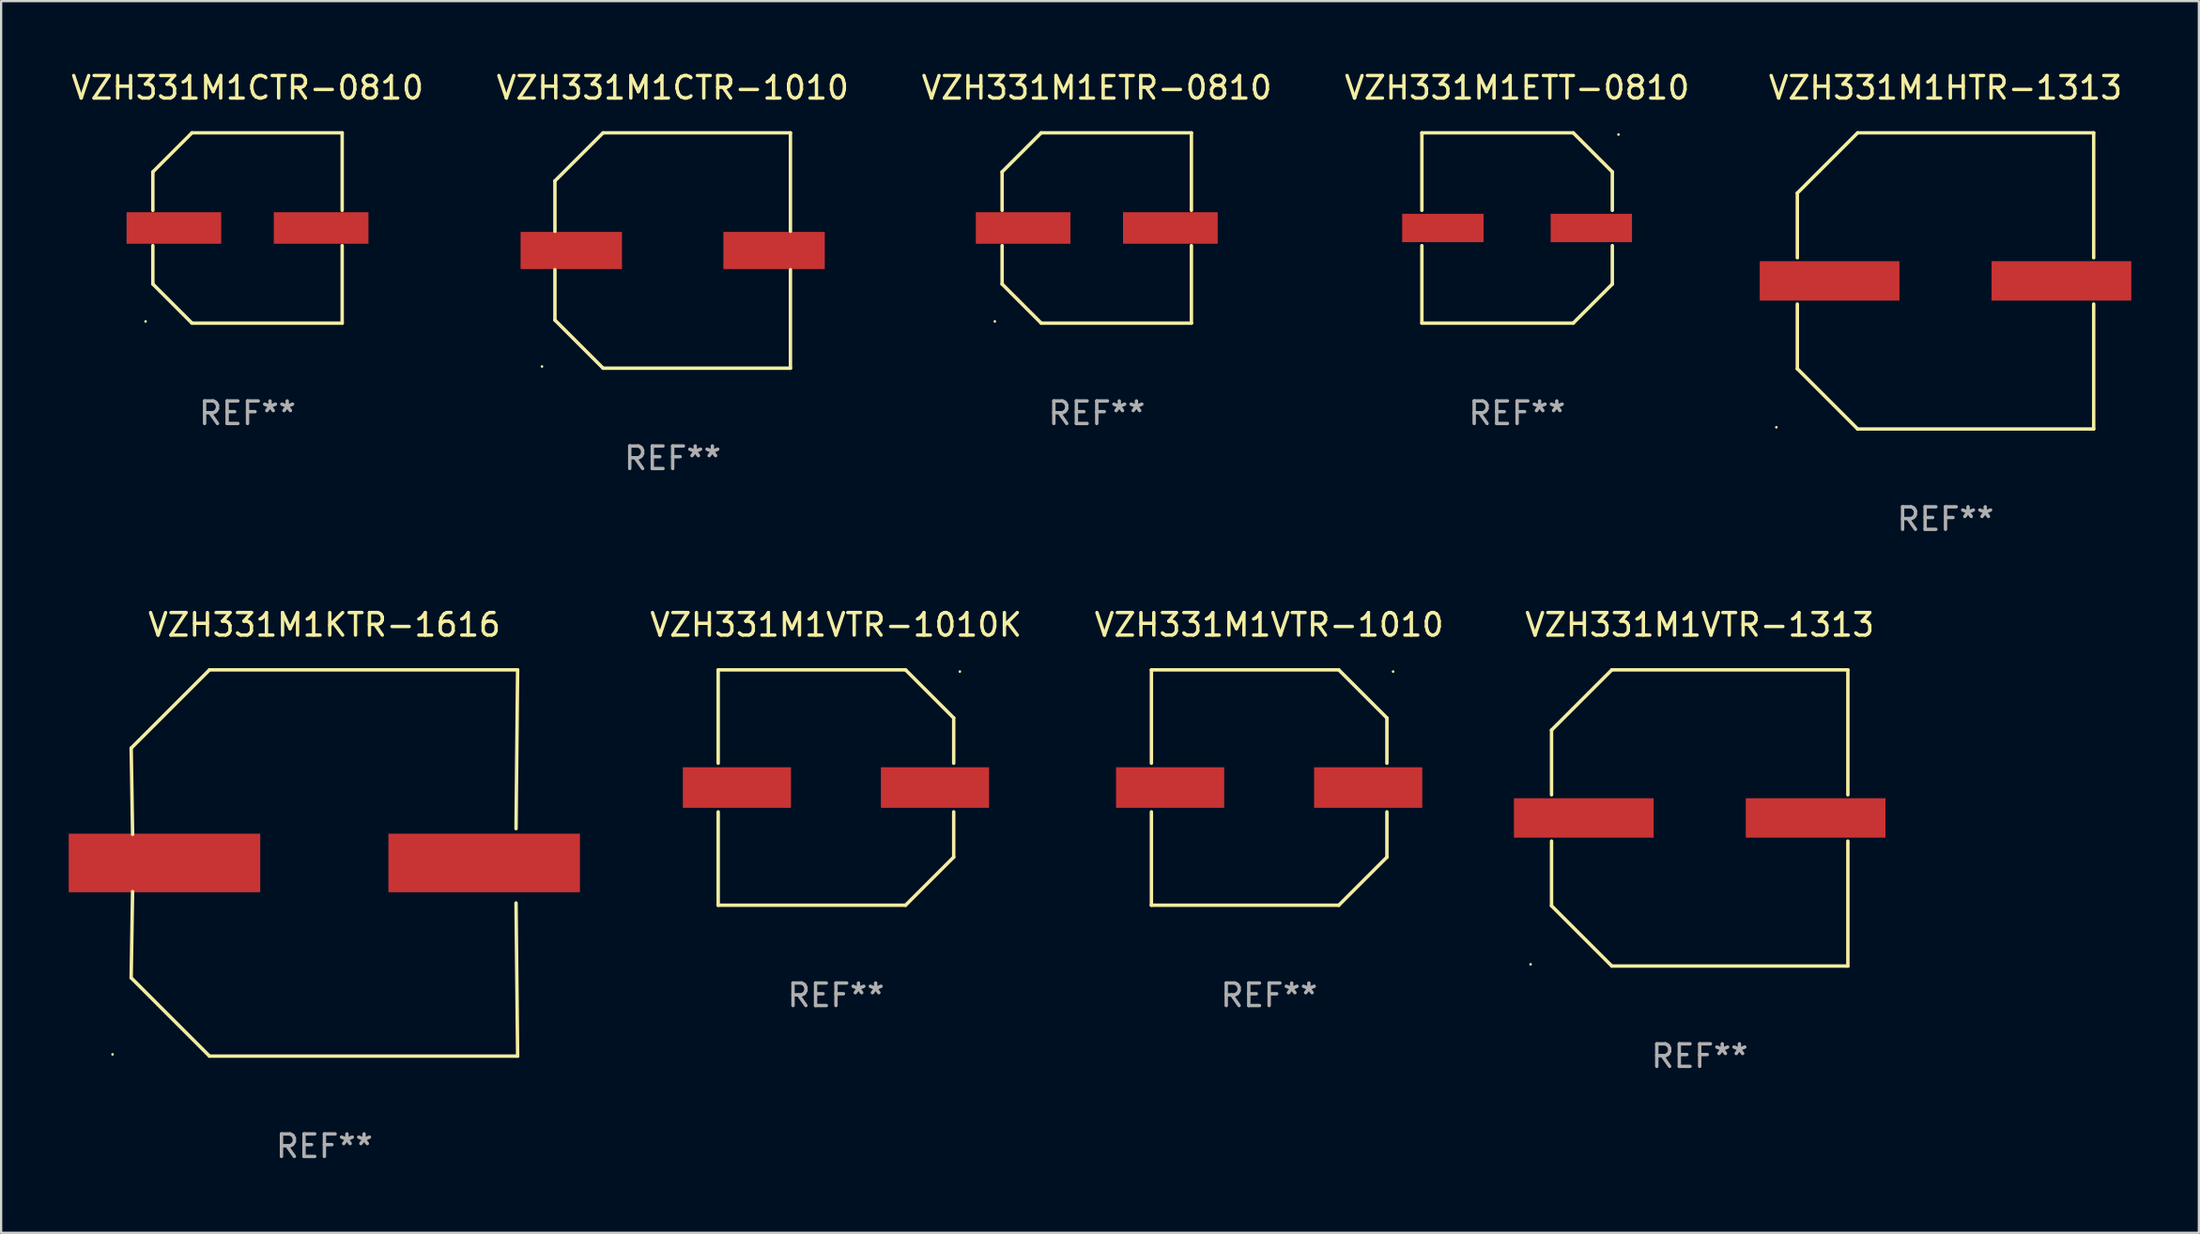
<source format=kicad_pcb>
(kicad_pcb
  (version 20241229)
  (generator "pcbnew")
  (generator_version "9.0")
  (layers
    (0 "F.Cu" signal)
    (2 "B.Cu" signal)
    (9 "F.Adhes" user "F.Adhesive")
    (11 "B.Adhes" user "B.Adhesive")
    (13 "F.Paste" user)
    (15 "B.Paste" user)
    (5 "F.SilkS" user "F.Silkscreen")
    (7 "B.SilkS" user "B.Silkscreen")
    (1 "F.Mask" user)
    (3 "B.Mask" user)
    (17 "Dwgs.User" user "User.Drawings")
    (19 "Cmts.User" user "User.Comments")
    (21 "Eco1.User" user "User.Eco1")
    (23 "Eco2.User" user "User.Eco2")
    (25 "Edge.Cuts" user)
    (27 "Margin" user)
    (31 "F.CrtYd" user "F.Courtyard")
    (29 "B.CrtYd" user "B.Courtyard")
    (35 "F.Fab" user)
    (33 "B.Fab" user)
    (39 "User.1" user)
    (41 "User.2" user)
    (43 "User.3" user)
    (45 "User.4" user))
  (footprint "VZH331M1CTR-1010"
    (layer "F.Cu")
    (at 26.804 8.074)
    (property "Reference" "VZH331M1CTR-1010" (at 0 -7.226 0) (layer "F.SilkS") (effects (font (size 1 1) (thickness 0.15))))
    (attr through_hole)
    (fp_line (start -5.226 -3.09) (end -5.226 -0.852) (stroke (width 0.152) (type solid)) (layer "F.SilkS"))
    (fp_line (start -5.226 3.09) (end -5.226 0.852) (stroke (width 0.152) (type solid)) (layer "F.SilkS"))
    (fp_line (start -3.09 -5.226) (end -5.226 -3.09) (stroke (width 0.152) (type solid)) (layer "F.SilkS"))
    (fp_line (start -3.09 5.226) (end -5.226 3.09) (stroke (width 0.152) (type solid)) (layer "F.SilkS"))
    (fp_line (start 5.226 -5.226) (end -3.09 -5.226) (stroke (width 0.152) (type solid)) (layer "F.SilkS"))
    (fp_line (start 5.226 -0.852) (end 5.226 -5.226) (stroke (width 0.152) (type solid)) (layer "F.SilkS"))
    (fp_line (start 5.226 0.852) (end 5.226 5.226) (stroke (width 0.152) (type solid)) (layer "F.SilkS"))
    (fp_line (start 5.226 5.226) (end -3.09 5.226) (stroke (width 0.152) (type solid)) (layer "F.SilkS"))
    (fp_circle (center -5.8 5.15) (end -5.77 5.15) (stroke (width 0.06) (type solid)) (fill no) (layer "F.SilkS"))
    (fp_text user "REF**" (at 0 9.226 0) (layer "F.Fab") (effects (font (size 1 1) (thickness 0.15))))
    (pad "1" smd rect (at -4.5 0) (size 4.5 1.65) (layers "F.Cu" "F.Mask" "F.Paste"))
    (pad "2" smd rect (at 4.5 0) (size 4.5 1.65) (layers "F.Cu" "F.Mask" "F.Paste")))
  (footprint "VZH331M1ETR-0810"
    (layer "F.Cu")
    (at 45.625 7.074)
    (property "Reference" "VZH331M1ETR-0810" (at 0 -6.226 0) (layer "F.SilkS") (effects (font (size 1 1) (thickness 0.15))))
    (attr through_hole)
    (fp_line (start -4.201 -2.49) (end -4.201 -0.782) (stroke (width 0.152) (type solid)) (layer "F.SilkS"))
    (fp_line (start -4.201 2.49) (end -4.201 0.782) (stroke (width 0.152) (type solid)) (layer "F.SilkS"))
    (fp_line (start -2.465 -4.226) (end -4.201 -2.49) (stroke (width 0.152) (type solid)) (layer "F.SilkS"))
    (fp_line (start -2.465 4.226) (end -4.201 2.49) (stroke (width 0.152) (type solid)) (layer "F.SilkS"))
    (fp_line (start 4.201 -4.226) (end -2.465 -4.226) (stroke (width 0.152) (type solid)) (layer "F.SilkS"))
    (fp_line (start 4.201 -0.782) (end 4.201 -4.226) (stroke (width 0.152) (type solid)) (layer "F.SilkS"))
    (fp_line (start 4.201 0.782) (end 4.201 4.226) (stroke (width 0.152) (type solid)) (layer "F.SilkS"))
    (fp_line (start 4.201 4.226) (end -2.465 4.226) (stroke (width 0.152) (type solid)) (layer "F.SilkS"))
    (fp_circle (center -4.524 4.15) (end -4.494 4.15) (stroke (width 0.06) (type solid)) (fill no) (layer "F.SilkS"))
    (fp_text user "REF**" (at 0 8.226 0) (layer "F.Fab") (effects (font (size 1 1) (thickness 0.15))))
    (pad "1" smd rect (at -3.267 0) (size 4.2 1.4) (layers "F.Cu" "F.Mask" "F.Paste"))
    (pad "2" smd rect (at 3.267 0) (size 4.2 1.4) (layers "F.Cu" "F.Mask" "F.Paste")))
  (footprint "VZH331M1ETT-0810"
    (layer "F.Cu")
    (at 64.28 7.074)
    (property "Reference" "VZH331M1ETT-0810" (at 0 -6.226 0) (layer "F.SilkS") (effects (font (size 1 1) (thickness 0.15))))
    (attr through_hole)
    (fp_line (start -4.226 -4.226) (end 2.49 -4.226) (stroke (width 0.152) (type solid)) (layer "F.SilkS"))
    (fp_line (start -4.226 -0.782) (end -4.226 -4.226) (stroke (width 0.152) (type solid)) (layer "F.SilkS"))
    (fp_line (start -4.226 0.782) (end -4.226 4.226) (stroke (width 0.152) (type solid)) (layer "F.SilkS"))
    (fp_line (start -4.226 4.226) (end 2.49 4.226) (stroke (width 0.152) (type solid)) (layer "F.SilkS"))
    (fp_line (start 2.49 -4.226) (end 4.226 -2.49) (stroke (width 0.152) (type solid)) (layer "F.SilkS"))
    (fp_line (start 2.49 4.226) (end 4.226 2.49) (stroke (width 0.152) (type solid)) (layer "F.SilkS"))
    (fp_line (start 4.226 -2.49) (end 4.226 -0.782) (stroke (width 0.152) (type solid)) (layer "F.SilkS"))
    (fp_line (start 4.226 2.49) (end 4.226 0.782) (stroke (width 0.152) (type solid)) (layer "F.SilkS"))
    (fp_circle (center 4.5 -4.15) (end 4.53 -4.15) (stroke (width 0.06) (type solid)) (fill no) (layer "F.SilkS"))
    (fp_text user "REF**" (at 0 8.226 0) (layer "F.Fab") (effects (font (size 1 1) (thickness 0.15))))
    (pad "1" smd rect (at 3.295 0 180) (size 3.61 1.26) (layers "F.Cu" "F.Mask" "F.Paste"))
    (pad "2" smd rect (at -3.295 0 180) (size 3.61 1.26) (layers "F.Cu" "F.Mask" "F.Paste")))
  (footprint "VZH331M1CTR-0810"
    (layer "F.Cu")
    (at 7.935 7.074)
    (property "Reference" "VZH331M1CTR-0810" (at 0 -6.226 0) (layer "F.SilkS") (effects (font (size 1 1) (thickness 0.15))))
    (attr through_hole)
    (fp_line (start -4.201 -2.49) (end -4.201 -0.782) (stroke (width 0.152) (type solid)) (layer "F.SilkS"))
    (fp_line (start -4.201 2.49) (end -4.201 0.782) (stroke (width 0.152) (type solid)) (layer "F.SilkS"))
    (fp_line (start -2.465 -4.226) (end -4.201 -2.49) (stroke (width 0.152) (type solid)) (layer "F.SilkS"))
    (fp_line (start -2.465 4.226) (end -4.201 2.49) (stroke (width 0.152) (type solid)) (layer "F.SilkS"))
    (fp_line (start 4.201 -4.226) (end -2.465 -4.226) (stroke (width 0.152) (type solid)) (layer "F.SilkS"))
    (fp_line (start 4.201 -0.782) (end 4.201 -4.226) (stroke (width 0.152) (type solid)) (layer "F.SilkS"))
    (fp_line (start 4.201 0.782) (end 4.201 4.226) (stroke (width 0.152) (type solid)) (layer "F.SilkS"))
    (fp_line (start 4.201 4.226) (end -2.465 4.226) (stroke (width 0.152) (type solid)) (layer "F.SilkS"))
    (fp_circle (center -4.524 4.15) (end -4.494 4.15) (stroke (width 0.06) (type solid)) (fill no) (layer "F.SilkS"))
    (fp_text user "REF**" (at 0 8.226 0) (layer "F.Fab") (effects (font (size 1 1) (thickness 0.15))))
    (pad "1" smd rect (at -3.267 0) (size 4.2 1.4) (layers "F.Cu" "F.Mask" "F.Paste"))
    (pad "2" smd rect (at 3.267 0) (size 4.2 1.4) (layers "F.Cu" "F.Mask" "F.Paste")))
  (footprint "VZH331M1KTR-1616"
    (layer "F.Cu")
    (at 11.347 35.273)
    (property "Reference" "VZH331M1KTR-1616" (at 0 -10.576 0) (layer "F.SilkS") (effects (font (size 1 1) (thickness 0.15))))
    (attr through_hole)
    (fp_line (start -8.576 5.099) (end -8.513 1.269) (stroke (width 0.152) (type solid)) (layer "F.SilkS"))
    (fp_line (start -8.575 -5.101) (end -8.512 -1.271) (stroke (width 0.152) (type solid)) (layer "F.SilkS"))
    (fp_line (start -5.1 -8.576) (end -8.575 -5.101) (stroke (width 0.152) (type solid)) (layer "F.SilkS"))
    (fp_line (start -5.1 8.576) (end -8.576 5.099) (stroke (width 0.152) (type solid)) (layer "F.SilkS"))
    (fp_line (start 8.505 -1.525) (end 8.575 -8.576) (stroke (width 0.152) (type solid)) (layer "F.SilkS"))
    (fp_line (start 8.505 1.777) (end 8.576 8.576) (stroke (width 0.152) (type solid)) (layer "F.SilkS"))
    (fp_line (start 8.575 -8.576) (end -5.1 -8.576) (stroke (width 0.152) (type solid)) (layer "F.SilkS"))
    (fp_line (start 8.576 8.576) (end -5.1 8.576) (stroke (width 0.152) (type solid)) (layer "F.SilkS"))
    (fp_circle (center -9.402 8.499) (end -9.372 8.499) (stroke (width 0.06) (type solid)) (fill no) (layer "F.SilkS"))
    (fp_text user "REF**" (at 0 12.576 0) (layer "F.Fab") (effects (font (size 1 1) (thickness 0.15))))
    (pad "1" smd rect (at -7.097 -0.001) (size 8.5 2.6) (layers "F.Cu" "F.Mask" "F.Paste"))
    (pad "2" smd rect (at 7.09 -0.001) (size 8.5 2.6) (layers "F.Cu" "F.Mask" "F.Paste")))
  (footprint "VZH331M1VTR-1313"
    (layer "F.Cu")
    (at 72.384 33.273)
    (property "Reference" "VZH331M1VTR-1313" (at 0 -8.576 0) (layer "F.SilkS") (effects (font (size 1 1) (thickness 0.15))))
    (attr through_hole)
    (fp_line (start -6.576 -3.9) (end -6.576 -1.027) (stroke (width 0.152) (type solid)) (layer "F.SilkS"))
    (fp_line (start -6.576 3.9) (end -6.576 1.027) (stroke (width 0.152) (type solid)) (layer "F.SilkS"))
    (fp_line (start -3.9 -6.576) (end -6.576 -3.9) (stroke (width 0.152) (type solid)) (layer "F.SilkS"))
    (fp_line (start -3.9 6.576) (end -6.576 3.9) (stroke (width 0.152) (type solid)) (layer "F.SilkS"))
    (fp_line (start 6.576 -6.576) (end -3.9 -6.576) (stroke (width 0.152) (type solid)) (layer "F.SilkS"))
    (fp_line (start 6.576 -1.027) (end 6.576 -6.576) (stroke (width 0.152) (type solid)) (layer "F.SilkS"))
    (fp_line (start 6.576 1.027) (end 6.576 6.576) (stroke (width 0.152) (type solid)) (layer "F.SilkS"))
    (fp_line (start 6.576 6.576) (end -3.9 6.576) (stroke (width 0.152) (type solid)) (layer "F.SilkS"))
    (fp_circle (center -7.506 6.5) (end -7.476 6.5) (stroke (width 0.06) (type solid)) (fill no) (layer "F.SilkS"))
    (fp_text user "REF**" (at 0 10.576 0) (layer "F.Fab") (effects (font (size 1 1) (thickness 0.15))))
    (pad "1" smd rect (at -5.145 0) (size 6.2 1.75) (layers "F.Cu" "F.Mask" "F.Paste"))
    (pad "2" smd rect (at 5.145 0) (size 6.2 1.75) (layers "F.Cu" "F.Mask" "F.Paste")))
  (footprint "VZH331M1VTR-1010K"
    (layer "F.Cu")
    (at 34.05 31.923)
    (property "Reference" "VZH331M1VTR-1010K" (at 0 -7.226 0) (layer "F.SilkS") (effects (font (size 1 1) (thickness 0.15))))
    (attr through_hole)
    (fp_line (start -5.226 -5.226) (end -5.226 -1.08) (stroke (width 0.152) (type solid)) (layer "F.SilkS"))
    (fp_line (start -5.226 -5.226) (end 3.09 -5.226) (stroke (width 0.152) (type solid)) (layer "F.SilkS"))
    (fp_line (start -5.226 1.08) (end -5.226 5.226) (stroke (width 0.152) (type solid)) (layer "F.SilkS"))
    (fp_line (start -5.226 5.226) (end 3.09 5.226) (stroke (width 0.152) (type solid)) (layer "F.SilkS"))
    (fp_line (start 3.09 -5.226) (end 5.226 -3.09) (stroke (width 0.152) (type solid)) (layer "F.SilkS"))
    (fp_line (start 3.09 5.226) (end 5.226 3.09) (stroke (width 0.152) (type solid)) (layer "F.SilkS"))
    (fp_line (start 5.226 -1.08) (end 5.226 -3.09) (stroke (width 0.152) (type solid)) (layer "F.SilkS"))
    (fp_line (start 5.226 3.09) (end 5.226 1.08) (stroke (width 0.152) (type solid)) (layer "F.SilkS"))
    (fp_circle (center 5.5 -5.15) (end 5.53 -5.15) (stroke (width 0.06) (type solid)) (fill no) (layer "F.SilkS"))
    (fp_text user "REF**" (at 0 9.226 0) (layer "F.Fab") (effects (font (size 1 1) (thickness 0.15))))
    (pad "1" smd rect (at 4.395 0 180) (size 4.8 1.8) (layers "F.Cu" "F.Mask" "F.Paste"))
    (pad "2" smd rect (at -4.395 0 180) (size 4.8 1.8) (layers "F.Cu" "F.Mask" "F.Paste")))
  (footprint "VZH331M1VTR-1010"
    (layer "F.Cu")
    (at 53.276 31.923)
    (property "Reference" "VZH331M1VTR-1010" (at 0 -7.226 0) (layer "F.SilkS") (effects (font (size 1 1) (thickness 0.15))))
    (attr through_hole)
    (fp_line (start -5.226 -5.226) (end -5.226 -1.08) (stroke (width 0.152) (type solid)) (layer "F.SilkS"))
    (fp_line (start -5.226 -5.226) (end 3.09 -5.226) (stroke (width 0.152) (type solid)) (layer "F.SilkS"))
    (fp_line (start -5.226 1.08) (end -5.226 5.226) (stroke (width 0.152) (type solid)) (layer "F.SilkS"))
    (fp_line (start -5.226 5.226) (end 3.09 5.226) (stroke (width 0.152) (type solid)) (layer "F.SilkS"))
    (fp_line (start 3.09 -5.226) (end 5.226 -3.09) (stroke (width 0.152) (type solid)) (layer "F.SilkS"))
    (fp_line (start 3.09 5.226) (end 5.226 3.09) (stroke (width 0.152) (type solid)) (layer "F.SilkS"))
    (fp_line (start 5.226 -1.08) (end 5.226 -3.09) (stroke (width 0.152) (type solid)) (layer "F.SilkS"))
    (fp_line (start 5.226 3.09) (end 5.226 1.08) (stroke (width 0.152) (type solid)) (layer "F.SilkS"))
    (fp_circle (center 5.5 -5.15) (end 5.53 -5.15) (stroke (width 0.06) (type solid)) (fill no) (layer "F.SilkS"))
    (fp_text user "REF**" (at 0 9.226 0) (layer "F.Fab") (effects (font (size 1 1) (thickness 0.15))))
    (pad "1" smd rect (at 4.395 0 180) (size 4.8 1.8) (layers "F.Cu" "F.Mask" "F.Paste"))
    (pad "2" smd rect (at -4.395 0 180) (size 4.8 1.8) (layers "F.Cu" "F.Mask" "F.Paste")))
  (footprint "VZH331M1HTR-1313"
    (layer "F.Cu")
    (at 83.293 9.424)
    (property "Reference" "VZH331M1HTR-1313" (at 0 -8.576 0) (layer "F.SilkS") (effects (font (size 1 1) (thickness 0.15))))
    (attr through_hole)
    (fp_line (start -6.576 -3.9) (end -6.576 -1.027) (stroke (width 0.152) (type solid)) (layer "F.SilkS"))
    (fp_line (start -6.576 3.9) (end -6.576 1.027) (stroke (width 0.152) (type solid)) (layer "F.SilkS"))
    (fp_line (start -3.9 -6.576) (end -6.576 -3.9) (stroke (width 0.152) (type solid)) (layer "F.SilkS"))
    (fp_line (start -3.9 6.576) (end -6.576 3.9) (stroke (width 0.152) (type solid)) (layer "F.SilkS"))
    (fp_line (start 6.576 -6.576) (end -3.9 -6.576) (stroke (width 0.152) (type solid)) (layer "F.SilkS"))
    (fp_line (start 6.576 -1.027) (end 6.576 -6.576) (stroke (width 0.152) (type solid)) (layer "F.SilkS"))
    (fp_line (start 6.576 1.027) (end 6.576 6.576) (stroke (width 0.152) (type solid)) (layer "F.SilkS"))
    (fp_line (start 6.576 6.576) (end -3.9 6.576) (stroke (width 0.152) (type solid)) (layer "F.SilkS"))
    (fp_circle (center -7.506 6.5) (end -7.476 6.5) (stroke (width 0.06) (type solid)) (fill no) (layer "F.SilkS"))
    (fp_text user "REF**" (at 0 10.576 0) (layer "F.Fab") (effects (font (size 1 1) (thickness 0.15))))
    (pad "1" smd rect (at -5.145 0) (size 6.2 1.75) (layers "F.Cu" "F.Mask" "F.Paste"))
    (pad "2" smd rect (at 5.145 0) (size 6.2 1.75) (layers "F.Cu" "F.Mask" "F.Paste")))
  (gr_rect
    (start -3 -3)
    (end 94.538 51.697)
    (stroke (width 0.1) (type default))
    (fill no)
    (layer "Edge.Cuts")))
</source>
